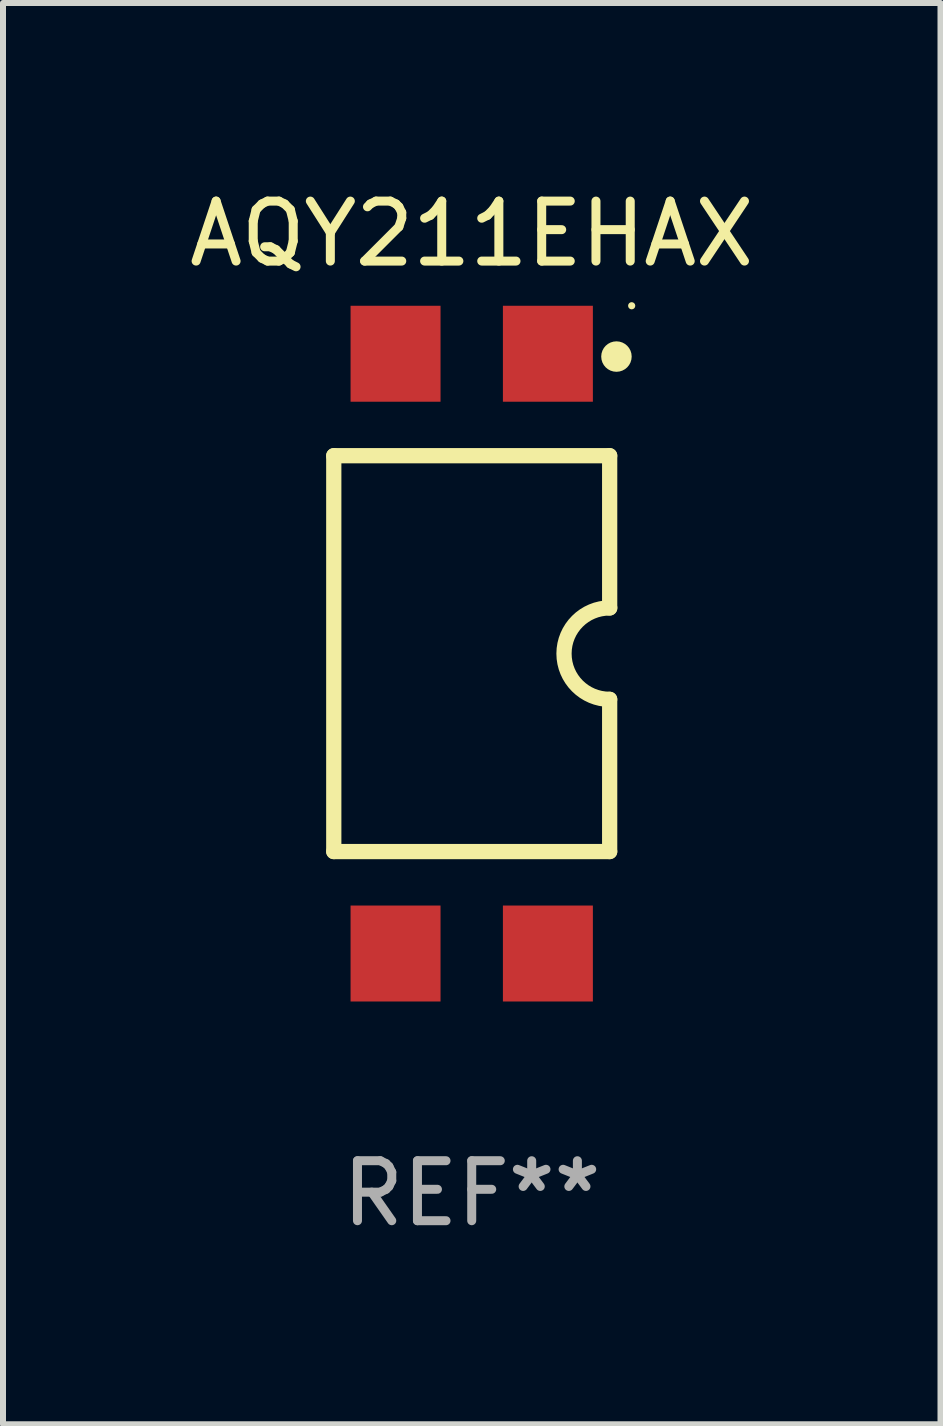
<source format=kicad_pcb>
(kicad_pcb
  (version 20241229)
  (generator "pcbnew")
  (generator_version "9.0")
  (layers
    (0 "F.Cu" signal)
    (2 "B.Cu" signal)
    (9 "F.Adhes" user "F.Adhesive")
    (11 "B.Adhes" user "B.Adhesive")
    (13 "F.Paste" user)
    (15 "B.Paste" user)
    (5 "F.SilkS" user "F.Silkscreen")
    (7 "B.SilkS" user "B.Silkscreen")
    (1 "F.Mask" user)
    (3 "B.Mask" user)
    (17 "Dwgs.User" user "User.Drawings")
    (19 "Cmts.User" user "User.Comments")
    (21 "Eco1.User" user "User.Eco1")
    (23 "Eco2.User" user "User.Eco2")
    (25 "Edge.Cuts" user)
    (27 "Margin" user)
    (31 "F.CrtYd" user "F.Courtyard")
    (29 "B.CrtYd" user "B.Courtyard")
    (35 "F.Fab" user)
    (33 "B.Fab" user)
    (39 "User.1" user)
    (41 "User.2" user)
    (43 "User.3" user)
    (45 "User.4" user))
  (footprint "AQY211EHAX"
    (layer "F.Cu")
    (at 4.815 7.848)
    (property "Reference" "AQY211EHAX" (at 0 -7 0) (layer "F.SilkS") (effects (font (size 1 1) (thickness 0.15))))
    (attr through_hole)
    (fp_line (start -2.3 -3.3) (end 2.3 -3.3) (stroke (width 0.254) (type solid)) (layer "F.SilkS"))
    (fp_line (start -2.3 3.3) (end -2.3 -3.3) (stroke (width 0.254) (type solid)) (layer "F.SilkS"))
    (fp_line (start 2.3 -3.3) (end 2.3 -0.762) (stroke (width 0.254) (type solid)) (layer "F.SilkS"))
    (fp_line (start 2.3 3.3) (end -2.3 3.3) (stroke (width 0.254) (type solid)) (layer "F.SilkS"))
    (fp_line (start 2.3 3.3) (end 2.3 0.762) (stroke (width 0.254) (type solid)) (layer "F.SilkS"))
    (fp_arc (start 2.300025 0.762002) (mid 1.539241 -0.00061) (end 2.301245 -0.762003) (stroke (width 0.254001) (type solid)) (layer "F.SilkS"))
    (fp_circle (center 2.413 -4.953) (end 2.54 -4.953) (stroke (width 0.254) (type solid)) (fill no) (layer "F.SilkS"))
    (fp_circle (center 2.667 -5.8) (end 2.697 -5.8) (stroke (width 0.06) (type solid)) (fill no) (layer "F.SilkS"))
    (fp_text user "REF**" (at 0 9 0) (layer "F.Fab") (effects (font (size 1 1) (thickness 0.15))))
    (pad "1" smd rect (at 1.27 -5) (size 1.5 1.6) (layers "F.Cu" "F.Mask" "F.Paste"))
    (pad "2" smd rect (at -1.27 -5) (size 1.5 1.6) (layers "F.Cu" "F.Mask" "F.Paste"))
    (pad "3" smd rect (at -1.27 5) (size 1.5 1.6) (layers "F.Cu" "F.Mask" "F.Paste"))
    (pad "4" smd rect (at 1.27 5) (size 1.5 1.6) (layers "F.Cu" "F.Mask" "F.Paste")))
  (gr_rect
    (start -3 -3)
    (end 12.631 20.697)
    (stroke (width 0.1) (type default))
    (fill no)
    (layer "Edge.Cuts")))
</source>
